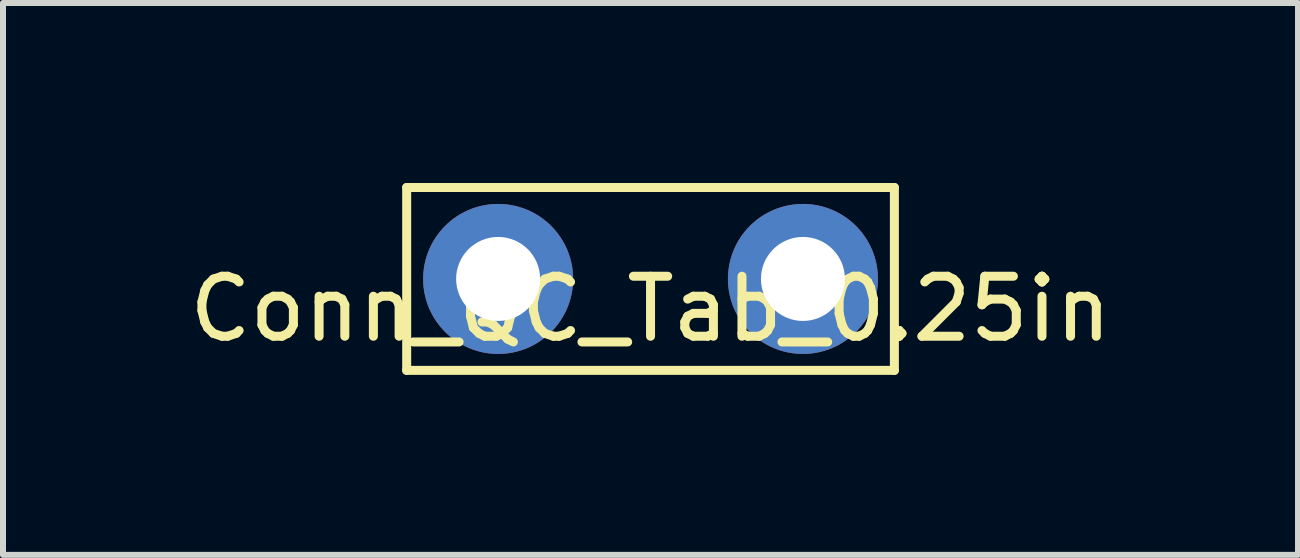
<source format=kicad_pcb>
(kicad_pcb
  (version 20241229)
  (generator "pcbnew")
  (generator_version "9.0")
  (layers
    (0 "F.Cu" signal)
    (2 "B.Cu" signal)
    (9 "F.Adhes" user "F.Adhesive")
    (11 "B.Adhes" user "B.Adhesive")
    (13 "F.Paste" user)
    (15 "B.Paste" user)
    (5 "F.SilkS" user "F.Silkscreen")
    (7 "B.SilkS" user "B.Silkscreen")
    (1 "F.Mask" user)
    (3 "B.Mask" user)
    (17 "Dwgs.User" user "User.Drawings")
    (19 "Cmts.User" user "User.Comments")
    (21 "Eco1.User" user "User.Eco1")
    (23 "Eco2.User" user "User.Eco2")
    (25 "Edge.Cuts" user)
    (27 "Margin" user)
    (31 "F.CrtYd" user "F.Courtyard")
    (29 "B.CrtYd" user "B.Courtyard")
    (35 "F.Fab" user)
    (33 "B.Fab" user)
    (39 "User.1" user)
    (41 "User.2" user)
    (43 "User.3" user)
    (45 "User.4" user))
  (footprint "Conn_QC_Tab_0.25in"
    (layer "F.Cu")
    (at 7.792 1.599)
    (property "Reference" "Conn_QC_Tab_0.25in" (at 0 0.5 0) (layer "F.SilkS") (effects (font (size 1 1) (thickness 0.15))))
    (attr through_hole)
    (fp_line (start -4.064 -1.524) (end 4.064 -1.524) (stroke (width 0.15) (type solid)) (layer "F.SilkS"))
    (fp_line (start -4.064 1.524) (end -4.064 -1.524) (stroke (width 0.15) (type solid)) (layer "F.SilkS"))
    (fp_line (start 4.064 -1.524) (end 4.064 1.524) (stroke (width 0.15) (type solid)) (layer "F.SilkS"))
    (fp_line (start 4.064 1.524) (end -4.064 1.524) (stroke (width 0.15) (type solid)) (layer "F.SilkS"))
    (pad "1" thru_hole circle (at -2.54 0) (size 2.5 2.5) (drill 1.4) (layers "*.Cu" "*.Mask"))
    (pad "1" thru_hole circle (at 2.54 0) (size 2.5 2.5) (drill 1.4) (layers "*.Cu" "*.Mask")))
  (gr_rect
    (start -3 -3)
    (end 18.583 6.198)
    (stroke (width 0.1) (type default))
    (fill no)
    (layer "Edge.Cuts")))
</source>
